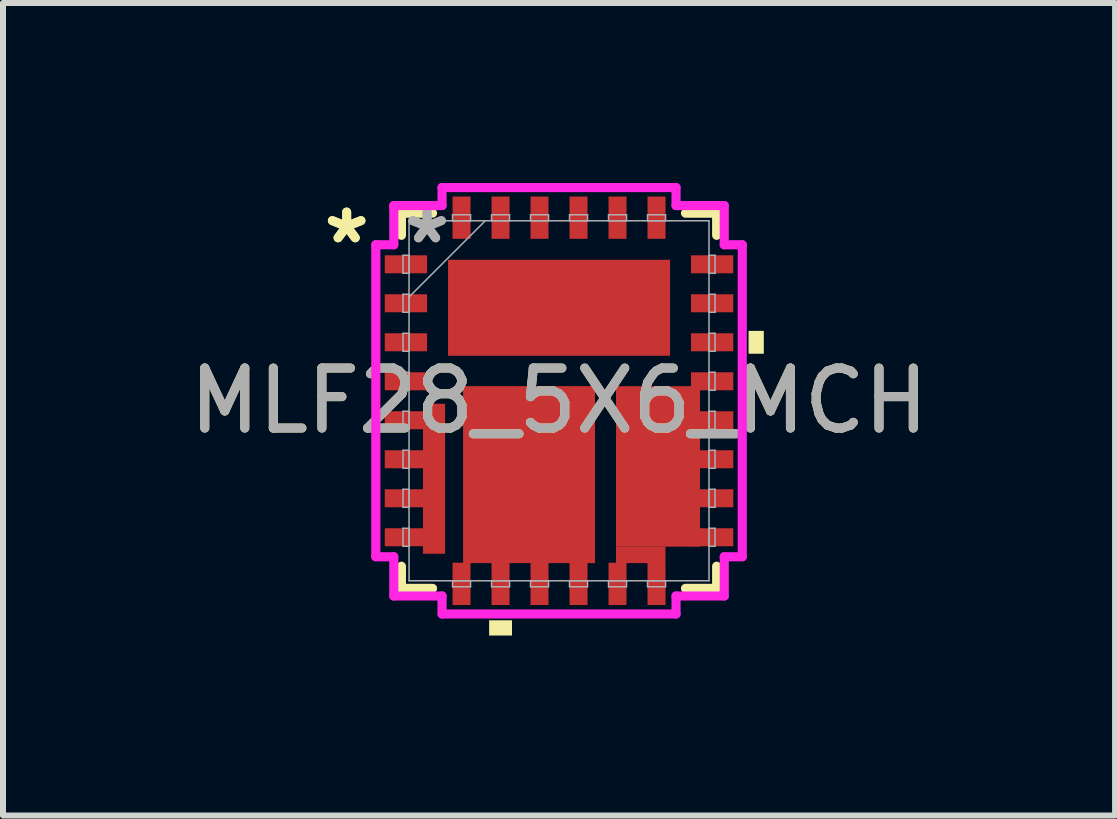
<source format=kicad_pcb>
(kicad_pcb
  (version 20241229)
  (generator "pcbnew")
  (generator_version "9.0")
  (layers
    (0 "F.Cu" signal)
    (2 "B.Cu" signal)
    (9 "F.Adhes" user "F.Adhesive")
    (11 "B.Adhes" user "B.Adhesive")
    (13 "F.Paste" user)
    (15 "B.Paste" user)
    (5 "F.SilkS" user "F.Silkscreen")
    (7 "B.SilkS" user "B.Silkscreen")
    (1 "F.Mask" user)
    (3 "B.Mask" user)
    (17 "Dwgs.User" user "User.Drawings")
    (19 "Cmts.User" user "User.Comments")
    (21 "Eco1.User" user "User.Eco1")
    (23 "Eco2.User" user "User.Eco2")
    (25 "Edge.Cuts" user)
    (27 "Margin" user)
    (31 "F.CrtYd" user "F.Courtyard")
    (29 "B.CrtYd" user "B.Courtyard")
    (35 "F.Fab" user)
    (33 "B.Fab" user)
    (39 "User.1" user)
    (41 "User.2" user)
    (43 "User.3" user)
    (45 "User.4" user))
  (footprint "MLF28_5X6_MCH"
    (layer "F.Cu")
    (at 6.268 3.63)
    (property "Reference" "MLF28_5X6_MCH" (at 0 0 0) (unlocked yes) (layer "F.SilkS") (effects (font (size 1 1) (thickness 0.15))))
    (attr smd)
    (fp_poly (pts (xy -2.268 0.05) (xy -1.899 0.05) (xy -1.899 2.55) (xy -2.268 2.55)) (stroke (width 0) (type solid)) (fill yes) (layer "F.Cu"))
    (fp_poly (pts (xy -1.6 -0.244) (xy 0.6 -0.244) (xy 0.6 2.706) (xy -1.6 2.706)) (stroke (width 0) (type solid)) (fill yes) (layer "F.Cu"))
    (fp_poly (pts (xy 0.95 2.431) (xy 1.774 2.431) (xy 1.774 2.706) (xy 0.95 2.706)) (stroke (width 0) (type solid)) (fill yes) (layer "F.Cu"))
    (fp_poly (pts (xy 0.95 -0.243) (xy 2.35 -0.243) (xy 2.35 2.432) (xy 0.95 2.432)) (stroke (width 0) (type solid)) (fill yes) (layer "F.Cu"))
    (fp_line (start -2.627 -3.127) (end -2.627 -2.758) (stroke (width 0.152) (type solid)) (layer "F.SilkS"))
    (fp_line (start -2.627 2.758) (end -2.627 3.127) (stroke (width 0.152) (type solid)) (layer "F.SilkS"))
    (fp_line (start -2.627 3.127) (end -2.108 3.127) (stroke (width 0.152) (type solid)) (layer "F.SilkS"))
    (fp_line (start -2.108 -3.127) (end -2.627 -3.127) (stroke (width 0.152) (type solid)) (layer "F.SilkS"))
    (fp_line (start 2.108 3.127) (end 2.627 3.127) (stroke (width 0.152) (type solid)) (layer "F.SilkS"))
    (fp_line (start 2.627 -3.127) (end 2.108 -3.127) (stroke (width 0.152) (type solid)) (layer "F.SilkS"))
    (fp_line (start 2.627 -2.758) (end 2.627 -3.127) (stroke (width 0.152) (type solid)) (layer "F.SilkS"))
    (fp_line (start 2.627 3.127) (end 2.627 2.758) (stroke (width 0.152) (type solid)) (layer "F.SilkS"))
    (fp_poly (pts (xy -1.165 3.659) (xy -1.165 3.913) (xy -0.784 3.913) (xy -0.784 3.659)) (stroke (width 0) (type solid)) (fill yes) (layer "F.SilkS"))
    (fp_poly (pts (xy 3.413 -1.165) (xy 3.413 -0.784) (xy 3.159 -0.784) (xy 3.159 -1.165)) (stroke (width 0) (type solid)) (fill yes) (layer "F.SilkS"))
    (fp_poly (pts (xy -2.952 -1.76) (xy -2.152 -1.76) (xy -2.152 -1.49) (xy -2.952 -1.49)) (stroke (width 0) (type solid)) (fill yes) (layer "F.Paste"))
    (fp_poly (pts (xy -2.952 -1.11) (xy -2.152 -1.11) (xy -2.152 -0.84) (xy -2.952 -0.84)) (stroke (width 0) (type solid)) (fill yes) (layer "F.Paste"))
    (fp_poly (pts (xy -2.952 -0.46) (xy -2.152 -0.46) (xy -2.152 -0.19) (xy -2.952 -0.19)) (stroke (width 0) (type solid)) (fill yes) (layer "F.Paste"))
    (fp_poly (pts (xy -2.952 0.19) (xy -2.152 0.19) (xy -2.152 0.46) (xy -2.952 0.46)) (stroke (width 0) (type solid)) (fill yes) (layer "F.Paste"))
    (fp_poly (pts (xy -2.952 0.84) (xy -2.152 0.84) (xy -2.152 1.11) (xy -2.952 1.11)) (stroke (width 0) (type solid)) (fill yes) (layer "F.Paste"))
    (fp_poly (pts (xy -2.952 1.49) (xy -2.152 1.49) (xy -2.152 1.76) (xy -2.952 1.76)) (stroke (width 0) (type solid)) (fill yes) (layer "F.Paste"))
    (fp_poly (pts (xy -2.952 2.14) (xy -2.152 2.14) (xy -2.152 2.41) (xy -2.952 2.41)) (stroke (width 0) (type solid)) (fill yes) (layer "F.Paste"))
    (fp_poly (pts (xy -1.837 -3.527) (xy -1.412 -3.527) (xy -1.412 -2.577) (xy -1.837 -2.577)) (stroke (width 0) (type solid)) (fill yes) (layer "F.Paste"))
    (fp_poly (pts (xy -1.187 -3.527) (xy -0.762 -3.527) (xy -0.762 -2.577) (xy -1.187 -2.577)) (stroke (width 0) (type solid)) (fill yes) (layer "F.Paste"))
    (fp_poly (pts (xy -1.11 -3.452) (xy -0.84 -3.452) (xy -0.84 -2.652) (xy -1.11 -2.652)) (stroke (width 0) (type solid)) (fill yes) (layer "F.Paste"))
    (fp_poly (pts (xy -0.537 -3.527) (xy -0.112 -3.527) (xy -0.112 -2.577) (xy -0.537 -2.577)) (stroke (width 0) (type solid)) (fill yes) (layer "F.Paste"))
    (fp_poly (pts (xy -0.46 -3.452) (xy -0.19 -3.452) (xy -0.19 -2.652) (xy -0.46 -2.652)) (stroke (width 0) (type solid)) (fill yes) (layer "F.Paste"))
    (fp_poly (pts (xy 0.113 -3.527) (xy 0.537 -3.527) (xy 0.537 -2.577) (xy 0.113 -2.577)) (stroke (width 0) (type solid)) (fill yes) (layer "F.Paste"))
    (fp_poly (pts (xy 0.762 -3.527) (xy 1.188 -3.527) (xy 1.188 -2.577) (xy 0.762 -2.577)) (stroke (width 0) (type solid)) (fill yes) (layer "F.Paste"))
    (fp_poly (pts (xy 0.762 2.577) (xy 1.188 2.577) (xy 1.188 3.527) (xy 0.762 3.527)) (stroke (width 0) (type solid)) (fill yes) (layer "F.Paste"))
    (fp_poly (pts (xy 1.413 -3.527) (xy 1.837 -3.527) (xy 1.837 -2.577) (xy 1.413 -2.577)) (stroke (width 0) (type solid)) (fill yes) (layer "F.Paste"))
    (fp_poly (pts (xy 1.413 2.577) (xy 1.837 2.577) (xy 1.837 3.527) (xy 1.413 3.527)) (stroke (width 0) (type solid)) (fill yes) (layer "F.Paste"))
    (fp_poly (pts (xy 2.062 2.577) (xy 2.488 2.577) (xy 2.488 3.527) (xy 2.062 3.527)) (stroke (width 0) (type solid)) (fill yes) (layer "F.Paste"))
    (fp_poly (pts (xy 2.077 -2.488) (xy 3.027 -2.488) (xy 3.027 -2.062) (xy 2.077 -2.062)) (stroke (width 0) (type solid)) (fill yes) (layer "F.Paste"))
    (fp_poly (pts (xy 2.077 -1.837) (xy 3.027 -1.837) (xy 3.027 -1.413) (xy 2.077 -1.413)) (stroke (width 0) (type solid)) (fill yes) (layer "F.Paste"))
    (fp_poly (pts (xy 2.077 -1.188) (xy 3.027 -1.188) (xy 3.027 -0.762) (xy 2.077 -0.762)) (stroke (width 0) (type solid)) (fill yes) (layer "F.Paste"))
    (fp_poly (pts (xy 2.077 -0.537) (xy 3.027 -0.537) (xy 3.027 -0.112) (xy 2.077 -0.112)) (stroke (width 0) (type solid)) (fill yes) (layer "F.Paste"))
    (fp_poly (pts (xy 2.077 0.113) (xy 3.027 0.113) (xy 3.027 0.537) (xy 2.077 0.537)) (stroke (width 0) (type solid)) (fill yes) (layer "F.Paste"))
    (fp_poly (pts (xy 2.077 0.762) (xy 3.027 0.762) (xy 3.027 1.188) (xy 2.077 1.188)) (stroke (width 0) (type solid)) (fill yes) (layer "F.Paste"))
    (fp_poly (pts (xy 2.077 1.413) (xy 3.027 1.413) (xy 3.027 1.837) (xy 2.077 1.837)) (stroke (width 0) (type solid)) (fill yes) (layer "F.Paste"))
    (fp_poly (pts (xy 2.077 2.062) (xy 3.027 2.062) (xy 3.027 2.488) (xy 2.077 2.488)) (stroke (width 0) (type solid)) (fill yes) (layer "F.Paste"))
    (fp_poly (pts (xy 2.712 2.577) (xy 3.137 2.577) (xy 3.137 3.527) (xy 2.712 3.527)) (stroke (width 0) (type solid)) (fill yes) (layer "F.Paste"))
    (fp_line (start -3.054 -2.6) (end -2.754 -2.6) (stroke (width 0.152) (type solid)) (layer "F.CrtYd"))
    (fp_line (start -3.054 2.6) (end -3.054 -2.6) (stroke (width 0.152) (type solid)) (layer "F.CrtYd"))
    (fp_line (start -2.754 -3.254) (end -1.95 -3.254) (stroke (width 0.152) (type solid)) (layer "F.CrtYd"))
    (fp_line (start -2.754 -2.6) (end -2.754 -3.254) (stroke (width 0.152) (type solid)) (layer "F.CrtYd"))
    (fp_line (start -2.754 2.6) (end -3.054 2.6) (stroke (width 0.152) (type solid)) (layer "F.CrtYd"))
    (fp_line (start -2.754 3.254) (end -2.754 2.6) (stroke (width 0.152) (type solid)) (layer "F.CrtYd"))
    (fp_line (start -1.95 -3.554) (end 1.95 -3.554) (stroke (width 0.152) (type solid)) (layer "F.CrtYd"))
    (fp_line (start -1.95 -3.254) (end -1.95 -3.554) (stroke (width 0.152) (type solid)) (layer "F.CrtYd"))
    (fp_line (start -1.95 3.254) (end -2.754 3.254) (stroke (width 0.152) (type solid)) (layer "F.CrtYd"))
    (fp_line (start -1.95 3.554) (end -1.95 3.254) (stroke (width 0.152) (type solid)) (layer "F.CrtYd"))
    (fp_line (start 1.95 -3.554) (end 1.95 -3.254) (stroke (width 0.152) (type solid)) (layer "F.CrtYd"))
    (fp_line (start 1.95 -3.254) (end 2.754 -3.254) (stroke (width 0.152) (type solid)) (layer "F.CrtYd"))
    (fp_line (start 1.95 3.254) (end 1.95 3.554) (stroke (width 0.152) (type solid)) (layer "F.CrtYd"))
    (fp_line (start 1.95 3.554) (end -1.95 3.554) (stroke (width 0.152) (type solid)) (layer "F.CrtYd"))
    (fp_line (start 2.754 -3.254) (end 2.754 -2.6) (stroke (width 0.152) (type solid)) (layer "F.CrtYd"))
    (fp_line (start 2.754 -2.6) (end 3.054 -2.6) (stroke (width 0.152) (type solid)) (layer "F.CrtYd"))
    (fp_line (start 2.754 2.6) (end 2.754 3.254) (stroke (width 0.152) (type solid)) (layer "F.CrtYd"))
    (fp_line (start 2.754 3.254) (end 1.95 3.254) (stroke (width 0.152) (type solid)) (layer "F.CrtYd"))
    (fp_line (start 3.054 -2.6) (end 3.054 2.6) (stroke (width 0.152) (type solid)) (layer "F.CrtYd"))
    (fp_line (start 3.054 2.6) (end 2.754 2.6) (stroke (width 0.152) (type solid)) (layer "F.CrtYd"))
    (fp_line (start -2.6 -2.425) (end -2.6 -2.125) (stroke (width 0.025) (type solid)) (layer "F.Fab"))
    (fp_line (start -2.6 -2.125) (end -2.5 -2.125) (stroke (width 0.025) (type solid)) (layer "F.Fab"))
    (fp_line (start -2.6 -1.775) (end -2.6 -1.475) (stroke (width 0.025) (type solid)) (layer "F.Fab"))
    (fp_line (start -2.6 -1.475) (end -2.5 -1.475) (stroke (width 0.025) (type solid)) (layer "F.Fab"))
    (fp_line (start -2.6 -1.125) (end -2.6 -0.825) (stroke (width 0.025) (type solid)) (layer "F.Fab"))
    (fp_line (start -2.6 -0.825) (end -2.5 -0.825) (stroke (width 0.025) (type solid)) (layer "F.Fab"))
    (fp_line (start -2.6 -0.475) (end -2.6 -0.175) (stroke (width 0.025) (type solid)) (layer "F.Fab"))
    (fp_line (start -2.6 -0.175) (end -2.5 -0.175) (stroke (width 0.025) (type solid)) (layer "F.Fab"))
    (fp_line (start -2.6 0.175) (end -2.6 0.475) (stroke (width 0.025) (type solid)) (layer "F.Fab"))
    (fp_line (start -2.6 0.475) (end -2.5 0.475) (stroke (width 0.025) (type solid)) (layer "F.Fab"))
    (fp_line (start -2.6 0.825) (end -2.6 1.125) (stroke (width 0.025) (type solid)) (layer "F.Fab"))
    (fp_line (start -2.6 1.125) (end -2.5 1.125) (stroke (width 0.025) (type solid)) (layer "F.Fab"))
    (fp_line (start -2.6 1.475) (end -2.6 1.775) (stroke (width 0.025) (type solid)) (layer "F.Fab"))
    (fp_line (start -2.6 1.775) (end -2.5 1.775) (stroke (width 0.025) (type solid)) (layer "F.Fab"))
    (fp_line (start -2.6 2.125) (end -2.6 2.425) (stroke (width 0.025) (type solid)) (layer "F.Fab"))
    (fp_line (start -2.6 2.425) (end -2.5 2.425) (stroke (width 0.025) (type solid)) (layer "F.Fab"))
    (fp_line (start -2.5 -3) (end -2.5 3) (stroke (width 0.025) (type solid)) (layer "F.Fab"))
    (fp_line (start -2.5 -2.425) (end -2.6 -2.425) (stroke (width 0.025) (type solid)) (layer "F.Fab"))
    (fp_line (start -2.5 -2.125) (end -2.5 -2.425) (stroke (width 0.025) (type solid)) (layer "F.Fab"))
    (fp_line (start -2.5 -1.775) (end -2.6 -1.775) (stroke (width 0.025) (type solid)) (layer "F.Fab"))
    (fp_line (start -2.5 -1.73) (end -1.23 -3) (stroke (width 0.025) (type solid)) (layer "F.Fab"))
    (fp_line (start -2.5 -1.475) (end -2.5 -1.775) (stroke (width 0.025) (type solid)) (layer "F.Fab"))
    (fp_line (start -2.5 -1.125) (end -2.6 -1.125) (stroke (width 0.025) (type solid)) (layer "F.Fab"))
    (fp_line (start -2.5 -0.825) (end -2.5 -1.125) (stroke (width 0.025) (type solid)) (layer "F.Fab"))
    (fp_line (start -2.5 -0.475) (end -2.6 -0.475) (stroke (width 0.025) (type solid)) (layer "F.Fab"))
    (fp_line (start -2.5 -0.175) (end -2.5 -0.475) (stroke (width 0.025) (type solid)) (layer "F.Fab"))
    (fp_line (start -2.5 0.175) (end -2.6 0.175) (stroke (width 0.025) (type solid)) (layer "F.Fab"))
    (fp_line (start -2.5 0.475) (end -2.5 0.175) (stroke (width 0.025) (type solid)) (layer "F.Fab"))
    (fp_line (start -2.5 0.825) (end -2.6 0.825) (stroke (width 0.025) (type solid)) (layer "F.Fab"))
    (fp_line (start -2.5 1.125) (end -2.5 0.825) (stroke (width 0.025) (type solid)) (layer "F.Fab"))
    (fp_line (start -2.5 1.475) (end -2.6 1.475) (stroke (width 0.025) (type solid)) (layer "F.Fab"))
    (fp_line (start -2.5 1.775) (end -2.5 1.475) (stroke (width 0.025) (type solid)) (layer "F.Fab"))
    (fp_line (start -2.5 2.125) (end -2.6 2.125) (stroke (width 0.025) (type solid)) (layer "F.Fab"))
    (fp_line (start -2.5 2.425) (end -2.5 2.125) (stroke (width 0.025) (type solid)) (layer "F.Fab"))
    (fp_line (start -2.5 3) (end 2.5 3) (stroke (width 0.025) (type solid)) (layer "F.Fab"))
    (fp_line (start -1.775 -3.1) (end -1.775 -3) (stroke (width 0.025) (type solid)) (layer "F.Fab"))
    (fp_line (start -1.775 -3) (end -1.475 -3) (stroke (width 0.025) (type solid)) (layer "F.Fab"))
    (fp_line (start -1.775 3) (end -1.775 3.1) (stroke (width 0.025) (type solid)) (layer "F.Fab"))
    (fp_line (start -1.775 3.1) (end -1.475 3.1) (stroke (width 0.025) (type solid)) (layer "F.Fab"))
    (fp_line (start -1.475 -3.1) (end -1.775 -3.1) (stroke (width 0.025) (type solid)) (layer "F.Fab"))
    (fp_line (start -1.475 -3) (end -1.475 -3.1) (stroke (width 0.025) (type solid)) (layer "F.Fab"))
    (fp_line (start -1.475 3) (end -1.775 3) (stroke (width 0.025) (type solid)) (layer "F.Fab"))
    (fp_line (start -1.475 3.1) (end -1.475 3) (stroke (width 0.025) (type solid)) (layer "F.Fab"))
    (fp_line (start -1.125 -3.1) (end -1.125 -3) (stroke (width 0.025) (type solid)) (layer "F.Fab"))
    (fp_line (start -1.125 -3) (end -0.825 -3) (stroke (width 0.025) (type solid)) (layer "F.Fab"))
    (fp_line (start -1.125 3) (end -1.125 3.1) (stroke (width 0.025) (type solid)) (layer "F.Fab"))
    (fp_line (start -1.125 3.1) (end -0.825 3.1) (stroke (width 0.025) (type solid)) (layer "F.Fab"))
    (fp_line (start -0.825 -3.1) (end -1.125 -3.1) (stroke (width 0.025) (type solid)) (layer "F.Fab"))
    (fp_line (start -0.825 -3) (end -0.825 -3.1) (stroke (width 0.025) (type solid)) (layer "F.Fab"))
    (fp_line (start -0.825 3) (end -1.125 3) (stroke (width 0.025) (type solid)) (layer "F.Fab"))
    (fp_line (start -0.825 3.1) (end -0.825 3) (stroke (width 0.025) (type solid)) (layer "F.Fab"))
    (fp_line (start -0.475 -3.1) (end -0.475 -3) (stroke (width 0.025) (type solid)) (layer "F.Fab"))
    (fp_line (start -0.475 -3) (end -0.175 -3) (stroke (width 0.025) (type solid)) (layer "F.Fab"))
    (fp_line (start -0.475 3) (end -0.475 3.1) (stroke (width 0.025) (type solid)) (layer "F.Fab"))
    (fp_line (start -0.475 3.1) (end -0.175 3.1) (stroke (width 0.025) (type solid)) (layer "F.Fab"))
    (fp_line (start -0.175 -3.1) (end -0.475 -3.1) (stroke (width 0.025) (type solid)) (layer "F.Fab"))
    (fp_line (start -0.175 -3) (end -0.175 -3.1) (stroke (width 0.025) (type solid)) (layer "F.Fab"))
    (fp_line (start -0.175 3) (end -0.475 3) (stroke (width 0.025) (type solid)) (layer "F.Fab"))
    (fp_line (start -0.175 3.1) (end -0.175 3) (stroke (width 0.025) (type solid)) (layer "F.Fab"))
    (fp_line (start 0.175 -3.1) (end 0.175 -3) (stroke (width 0.025) (type solid)) (layer "F.Fab"))
    (fp_line (start 0.175 -3) (end 0.475 -3) (stroke (width 0.025) (type solid)) (layer "F.Fab"))
    (fp_line (start 0.175 3) (end 0.175 3.1) (stroke (width 0.025) (type solid)) (layer "F.Fab"))
    (fp_line (start 0.175 3.1) (end 0.475 3.1) (stroke (width 0.025) (type solid)) (layer "F.Fab"))
    (fp_line (start 0.475 -3.1) (end 0.175 -3.1) (stroke (width 0.025) (type solid)) (layer "F.Fab"))
    (fp_line (start 0.475 -3) (end 0.475 -3.1) (stroke (width 0.025) (type solid)) (layer "F.Fab"))
    (fp_line (start 0.475 3) (end 0.175 3) (stroke (width 0.025) (type solid)) (layer "F.Fab"))
    (fp_line (start 0.475 3.1) (end 0.475 3) (stroke (width 0.025) (type solid)) (layer "F.Fab"))
    (fp_line (start 0.825 -3.1) (end 0.825 -3) (stroke (width 0.025) (type solid)) (layer "F.Fab"))
    (fp_line (start 0.825 -3) (end 1.125 -3) (stroke (width 0.025) (type solid)) (layer "F.Fab"))
    (fp_line (start 0.825 3) (end 0.825 3.1) (stroke (width 0.025) (type solid)) (layer "F.Fab"))
    (fp_line (start 0.825 3.1) (end 1.125 3.1) (stroke (width 0.025) (type solid)) (layer "F.Fab"))
    (fp_line (start 1.125 -3.1) (end 0.825 -3.1) (stroke (width 0.025) (type solid)) (layer "F.Fab"))
    (fp_line (start 1.125 -3) (end 1.125 -3.1) (stroke (width 0.025) (type solid)) (layer "F.Fab"))
    (fp_line (start 1.125 3) (end 0.825 3) (stroke (width 0.025) (type solid)) (layer "F.Fab"))
    (fp_line (start 1.125 3.1) (end 1.125 3) (stroke (width 0.025) (type solid)) (layer "F.Fab"))
    (fp_line (start 1.475 -3.1) (end 1.475 -3) (stroke (width 0.025) (type solid)) (layer "F.Fab"))
    (fp_line (start 1.475 -3) (end 1.775 -3) (stroke (width 0.025) (type solid)) (layer "F.Fab"))
    (fp_line (start 1.475 3) (end 1.475 3.1) (stroke (width 0.025) (type solid)) (layer "F.Fab"))
    (fp_line (start 1.475 3.1) (end 1.775 3.1) (stroke (width 0.025) (type solid)) (layer "F.Fab"))
    (fp_line (start 1.775 -3.1) (end 1.475 -3.1) (stroke (width 0.025) (type solid)) (layer "F.Fab"))
    (fp_line (start 1.775 -3) (end 1.775 -3.1) (stroke (width 0.025) (type solid)) (layer "F.Fab"))
    (fp_line (start 1.775 3) (end 1.475 3) (stroke (width 0.025) (type solid)) (layer "F.Fab"))
    (fp_line (start 1.775 3.1) (end 1.775 3) (stroke (width 0.025) (type solid)) (layer "F.Fab"))
    (fp_line (start 2.5 -3) (end -2.5 -3) (stroke (width 0.025) (type solid)) (layer "F.Fab"))
    (fp_line (start 2.5 -2.425) (end 2.5 -2.125) (stroke (width 0.025) (type solid)) (layer "F.Fab"))
    (fp_line (start 2.5 -2.125) (end 2.6 -2.125) (stroke (width 0.025) (type solid)) (layer "F.Fab"))
    (fp_line (start 2.5 -1.775) (end 2.5 -1.475) (stroke (width 0.025) (type solid)) (layer "F.Fab"))
    (fp_line (start 2.5 -1.475) (end 2.6 -1.475) (stroke (width 0.025) (type solid)) (layer "F.Fab"))
    (fp_line (start 2.5 -1.125) (end 2.5 -0.825) (stroke (width 0.025) (type solid)) (layer "F.Fab"))
    (fp_line (start 2.5 -0.825) (end 2.6 -0.825) (stroke (width 0.025) (type solid)) (layer "F.Fab"))
    (fp_line (start 2.5 -0.475) (end 2.5 -0.175) (stroke (width 0.025) (type solid)) (layer "F.Fab"))
    (fp_line (start 2.5 -0.175) (end 2.6 -0.175) (stroke (width 0.025) (type solid)) (layer "F.Fab"))
    (fp_line (start 2.5 0.175) (end 2.5 0.475) (stroke (width 0.025) (type solid)) (layer "F.Fab"))
    (fp_line (start 2.5 0.475) (end 2.6 0.475) (stroke (width 0.025) (type solid)) (layer "F.Fab"))
    (fp_line (start 2.5 0.825) (end 2.5 1.125) (stroke (width 0.025) (type solid)) (layer "F.Fab"))
    (fp_line (start 2.5 1.125) (end 2.6 1.125) (stroke (width 0.025) (type solid)) (layer "F.Fab"))
    (fp_line (start 2.5 1.475) (end 2.5 1.775) (stroke (width 0.025) (type solid)) (layer "F.Fab"))
    (fp_line (start 2.5 1.775) (end 2.6 1.775) (stroke (width 0.025) (type solid)) (layer "F.Fab"))
    (fp_line (start 2.5 2.125) (end 2.5 2.425) (stroke (width 0.025) (type solid)) (layer "F.Fab"))
    (fp_line (start 2.5 2.425) (end 2.6 2.425) (stroke (width 0.025) (type solid)) (layer "F.Fab"))
    (fp_line (start 2.5 3) (end 2.5 -3) (stroke (width 0.025) (type solid)) (layer "F.Fab"))
    (fp_line (start 2.6 -2.425) (end 2.5 -2.425) (stroke (width 0.025) (type solid)) (layer "F.Fab"))
    (fp_line (start 2.6 -2.125) (end 2.6 -2.425) (stroke (width 0.025) (type solid)) (layer "F.Fab"))
    (fp_line (start 2.6 -1.775) (end 2.5 -1.775) (stroke (width 0.025) (type solid)) (layer "F.Fab"))
    (fp_line (start 2.6 -1.475) (end 2.6 -1.775) (stroke (width 0.025) (type solid)) (layer "F.Fab"))
    (fp_line (start 2.6 -1.125) (end 2.5 -1.125) (stroke (width 0.025) (type solid)) (layer "F.Fab"))
    (fp_line (start 2.6 -0.825) (end 2.6 -1.125) (stroke (width 0.025) (type solid)) (layer "F.Fab"))
    (fp_line (start 2.6 -0.475) (end 2.5 -0.475) (stroke (width 0.025) (type solid)) (layer "F.Fab"))
    (fp_line (start 2.6 -0.175) (end 2.6 -0.475) (stroke (width 0.025) (type solid)) (layer "F.Fab"))
    (fp_line (start 2.6 0.175) (end 2.5 0.175) (stroke (width 0.025) (type solid)) (layer "F.Fab"))
    (fp_line (start 2.6 0.475) (end 2.6 0.175) (stroke (width 0.025) (type solid)) (layer "F.Fab"))
    (fp_line (start 2.6 0.825) (end 2.5 0.825) (stroke (width 0.025) (type solid)) (layer "F.Fab"))
    (fp_line (start 2.6 1.125) (end 2.6 0.825) (stroke (width 0.025) (type solid)) (layer "F.Fab"))
    (fp_line (start 2.6 1.475) (end 2.5 1.475) (stroke (width 0.025) (type solid)) (layer "F.Fab"))
    (fp_line (start 2.6 1.775) (end 2.6 1.475) (stroke (width 0.025) (type solid)) (layer "F.Fab"))
    (fp_line (start 2.6 2.125) (end 2.5 2.125) (stroke (width 0.025) (type solid)) (layer "F.Fab"))
    (fp_line (start 2.6 2.425) (end 2.6 2.125) (stroke (width 0.025) (type solid)) (layer "F.Fab"))
    (fp_text user "*" (at -3.54 -2.6 0) (layer "F.SilkS") (effects (font (size 1 1) (thickness 0.15))))
    (fp_text user "*" (at -3.54 -2.6 0) (unlocked yes) (layer "F.SilkS") (effects (font (size 1 1) (thickness 0.15))))
    (fp_text user "${REFERENCE}" (at 0 0 0) (unlocked yes) (layer "F.Fab") (effects (font (size 1 1) (thickness 0.15))))
    (fp_text user "*" (at -2.2 -2.6 0) (layer "F.Fab") (effects (font (size 1 1) (thickness 0.15))))
    (fp_text user "*" (at -2.2 -2.6 0) (unlocked yes) (layer "F.Fab") (effects (font (size 1 1) (thickness 0.15))))
    (pad "1" smd rect (at -2.552 -2.275 90) (size 0.3 0.705) (layers "F.Cu" "F.Mask" "F.Paste"))
    (pad "2" smd rect (at -2.552 -1.625 90) (size 0.3 0.705) (layers "F.Cu" "F.Mask" "F.Paste"))
    (pad "3" smd rect (at -2.552 -0.975 90) (size 0.3 0.705) (layers "F.Cu" "F.Mask" "F.Paste"))
    (pad "4" smd rect (at -2.552 -0.325 90) (size 0.3 0.705) (layers "F.Cu" "F.Mask" "F.Paste"))
    (pad "5" smd rect (at -2.552 0.325 90) (size 0.3 0.705) (layers "F.Cu" "F.Mask" "F.Paste"))
    (pad "6" smd rect (at -2.552 0.975 90) (size 0.3 0.705) (layers "F.Cu" "F.Mask" "F.Paste"))
    (pad "7" smd rect (at -2.552 1.625 90) (size 0.3 0.705) (layers "F.Cu" "F.Mask" "F.Paste"))
    (pad "8" smd rect (at -2.552 2.275 90) (size 0.3 0.705) (layers "F.Cu" "F.Mask" "F.Paste"))
    (pad "9" smd rect (at -1.625 3.052) (size 0.3 0.705) (layers "F.Cu" "F.Mask" "F.Paste"))
    (pad "10" smd rect (at -0.975 3.052) (size 0.3 0.705) (layers "F.Cu" "F.Mask" "F.Paste"))
    (pad "11" smd rect (at -0.325 3.052) (size 0.3 0.705) (layers "F.Cu" "F.Mask" "F.Paste"))
    (pad "12" smd rect (at 0.325 3.052) (size 0.3 0.705) (layers "F.Cu" "F.Mask" "F.Paste"))
    (pad "13" smd rect (at 0.975 3.052) (size 0.3 0.705) (layers "F.Cu" "F.Mask" "F.Paste"))
    (pad "14" smd rect (at 1.625 3.052) (size 0.3 0.705) (layers "F.Cu" "F.Mask" "F.Paste"))
    (pad "15" smd rect (at 2.552 2.275 90) (size 0.3 0.705) (layers "F.Cu" "F.Mask" "F.Paste"))
    (pad "16" smd rect (at 2.552 1.625 90) (size 0.3 0.705) (layers "F.Cu" "F.Mask" "F.Paste"))
    (pad "17" smd rect (at 2.552 0.975 90) (size 0.3 0.705) (layers "F.Cu" "F.Mask" "F.Paste"))
    (pad "18" smd rect (at 2.552 0.325 90) (size 0.3 0.705) (layers "F.Cu" "F.Mask" "F.Paste"))
    (pad "19" smd rect (at 2.552 -0.325 90) (size 0.3 0.705) (layers "F.Cu" "F.Mask" "F.Paste"))
    (pad "20" smd rect (at 2.552 -0.975 90) (size 0.3 0.705) (layers "F.Cu" "F.Mask" "F.Paste"))
    (pad "21" smd rect (at 2.552 -1.625 90) (size 0.3 0.705) (layers "F.Cu" "F.Mask" "F.Paste"))
    (pad "22" smd rect (at 2.552 -2.275 90) (size 0.3 0.705) (layers "F.Cu" "F.Mask" "F.Paste"))
    (pad "23" smd rect (at 1.625 -3.052) (size 0.3 0.705) (layers "F.Cu" "F.Mask" "F.Paste"))
    (pad "24" smd rect (at 0.975 -3.052) (size 0.3 0.705) (layers "F.Cu" "F.Mask" "F.Paste"))
    (pad "25" smd rect (at 0.325 -3.052) (size 0.3 0.705) (layers "F.Cu" "F.Mask" "F.Paste"))
    (pad "26" smd rect (at -0.325 -3.052) (size 0.3 0.705) (layers "F.Cu" "F.Mask" "F.Paste"))
    (pad "27" smd rect (at -0.975 -3.052) (size 0.3 0.705) (layers "F.Cu" "F.Mask" "F.Paste"))
    (pad "28" smd rect (at -1.625 -3.052) (size 0.3 0.705) (layers "F.Cu" "F.Mask" "F.Paste"))
    (pad "29" smd rect (at 0 -1.55) (size 3.7 1.6) (layers "F.Cu" "F.Mask" "F.Paste")))
  (gr_rect
    (start -3 -3)
    (end 15.536 10.543)
    (stroke (width 0.1) (type default))
    (fill no)
    (layer "Edge.Cuts")))
</source>
